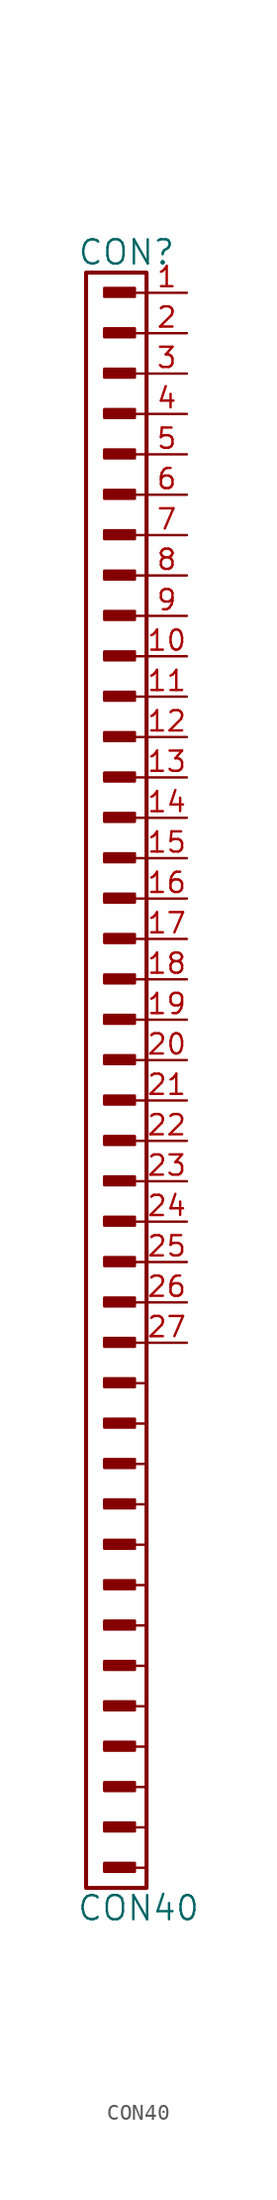
<source format=kicad_sym>
(kicad_symbol_lib
  (version 20220914)
  (generator kicad_symbol_editor)
  (symbol "CON40"
    (pin_names
      (offset 1.016))
    (property "Reference" "CON"
      (at -1.27 50.8 0)
      (effects (font (size 1.524 1.524))))
    (property "Value" "CON40"
      (at -0.508 -53.34 0)
      (effects (font (size 1.524 1.524))))
    (property "Footprint" ""
      (at -1.905 46.99 0)
      (effects (font (size 1.524 1.524))))
    (property "Datasheet" ""
      (at -1.905 46.99 0)
      (effects (font (size 1.524 1.524))))
    (symbol "CON40_0_0"
      (rectangle (start -2.642 -50.952) (end -0.864 -50.597) (stroke (width 0) (type solid)) (fill (type none)))
      (rectangle (start -2.642 -48.412) (end -0.864 -48.057) (stroke (width 0) (type solid)) (fill (type none)))
      (rectangle (start -2.642 -45.872) (end -0.864 -45.517) (stroke (width 0) (type solid)) (fill (type none)))
      (rectangle (start -2.642 -43.332) (end -0.864 -42.977) (stroke (width 0) (type solid)) (fill (type none)))
      (rectangle (start -2.642 -40.792) (end -0.864 -40.437) (stroke (width 0) (type solid)) (fill (type none)))
      (rectangle (start -2.642 -38.252) (end -0.864 -37.897) (stroke (width 0) (type solid)) (fill (type none)))
      (rectangle (start -2.642 -35.712) (end -0.864 -35.357) (stroke (width 0) (type solid)) (fill (type none)))
      (rectangle (start -2.642 -30.632) (end -0.864 -30.277) (stroke (width 0) (type solid)) (fill (type none)))
      (rectangle (start -2.642 -28.092) (end -0.864 -27.737) (stroke (width 0) (type solid)) (fill (type none)))
      (rectangle (start -2.642 -25.552) (end -0.864 -25.197) (stroke (width 0) (type solid)) (fill (type none)))
      (rectangle (start -2.642 -23.012) (end -0.864 -22.657) (stroke (width 0) (type solid)) (fill (type none)))
      (rectangle (start -2.642 -20.472) (end -0.864 -20.117) (stroke (width 0) (type solid)) (fill (type none)))
      (rectangle (start -2.642 -17.932) (end -0.864 -17.577) (stroke (width 0) (type solid)) (fill (type none)))
      (rectangle (start -2.642 -15.392) (end -0.864 -15.037) (stroke (width 0) (type solid)) (fill (type none)))
      (rectangle (start -2.642 -10.312) (end -0.864 -9.957) (stroke (width 0) (type solid)) (fill (type none)))
      (rectangle (start -2.642 -7.772) (end -0.864 -7.417) (stroke (width 0) (type solid)) (fill (type none)))
      (rectangle (start -2.642 -5.232) (end -0.864 -4.877) (stroke (width 0) (type solid)) (fill (type none)))
      (rectangle (start -2.642 -2.692) (end -0.864 -2.337) (stroke (width 0) (type solid)) (fill (type none)))
      (rectangle (start -2.642 -0.152) (end -0.864 0.203) (stroke (width 0) (type solid)) (fill (type none)))
      (rectangle (start -2.642 2.388) (end -0.864 2.743) (stroke (width 0) (type solid)) (fill (type none)))
      (rectangle (start -2.642 4.928) (end -0.864 5.283) (stroke (width 0) (type solid)) (fill (type none)))
      (rectangle (start -2.642 10.008) (end -0.864 10.363) (stroke (width 0) (type solid)) (fill (type none)))
      (rectangle (start -2.642 12.548) (end -0.864 12.903) (stroke (width 0) (type solid)) (fill (type none)))
      (rectangle (start -2.642 15.088) (end -0.864 15.443) (stroke (width 0) (type solid)) (fill (type none)))
      (rectangle (start -2.642 17.628) (end -0.864 17.983) (stroke (width 0) (type solid)) (fill (type none)))
      (rectangle (start -2.642 20.168) (end -0.864 20.523) (stroke (width 0) (type solid)) (fill (type none)))
      (rectangle (start -2.642 22.708) (end -0.864 23.063) (stroke (width 0) (type solid)) (fill (type none)))
      (rectangle (start -2.642 25.248) (end -0.864 25.603) (stroke (width 0) (type solid)) (fill (type none)))
      (rectangle (start -2.642 30.328) (end -0.864 30.683) (stroke (width 0) (type solid)) (fill (type none)))
      (rectangle (start -2.642 32.868) (end -0.864 33.223) (stroke (width 0) (type solid)) (fill (type none)))
      (rectangle (start -2.642 35.408) (end -0.864 35.763) (stroke (width 0) (type solid)) (fill (type none)))
      (rectangle (start -2.642 37.948) (end -0.864 38.303) (stroke (width 0) (type solid)) (fill (type none)))
      (rectangle (start -2.642 40.488) (end -0.864 40.843) (stroke (width 0) (type solid)) (fill (type none)))
      (rectangle (start -2.642 43.028) (end -0.864 43.383) (stroke (width 0) (type solid)) (fill (type none)))
      (rectangle (start -2.642 45.568) (end -0.864 45.923) (stroke (width 0) (type solid)) (fill (type none)))
      (rectangle (start -2.616 -50.851) (end -0.965 -50.749) (stroke (width 0) (type solid)) (fill (type none)))
      (rectangle (start -2.616 -48.311) (end -0.965 -48.209) (stroke (width 0) (type solid)) (fill (type none)))
      (rectangle (start -2.616 -45.771) (end -0.965 -45.669) (stroke (width 0) (type solid)) (fill (type none)))
      (rectangle (start -2.616 -43.231) (end -0.965 -43.129) (stroke (width 0) (type solid)) (fill (type none)))
      (rectangle (start -2.616 -40.691) (end -0.965 -40.589) (stroke (width 0) (type solid)) (fill (type none)))
      (rectangle (start -2.616 -38.151) (end -0.965 -38.049) (stroke (width 0) (type solid)) (fill (type none)))
      (rectangle (start -2.616 -35.611) (end -0.965 -35.509) (stroke (width 0) (type solid)) (fill (type none)))
      (rectangle (start -2.616 -33.172) (end -0.838 -32.817) (stroke (width 0) (type solid)) (fill (type none)))
      (rectangle (start -2.616 -30.531) (end -0.965 -30.429) (stroke (width 0) (type solid)) (fill (type none)))
      (rectangle (start -2.616 -27.991) (end -0.965 -27.889) (stroke (width 0) (type solid)) (fill (type none)))
      (rectangle (start -2.616 -25.451) (end -0.965 -25.349) (stroke (width 0) (type solid)) (fill (type none)))
      (rectangle (start -2.616 -22.911) (end -0.965 -22.809) (stroke (width 0) (type solid)) (fill (type none)))
      (rectangle (start -2.616 -20.371) (end -0.965 -20.269) (stroke (width 0) (type solid)) (fill (type none)))
      (rectangle (start -2.616 -17.831) (end -0.965 -17.729) (stroke (width 0) (type solid)) (fill (type none)))
      (rectangle (start -2.616 -15.291) (end -0.965 -15.189) (stroke (width 0) (type solid)) (fill (type none)))
      (rectangle (start -2.616 -12.852) (end -0.838 -12.497) (stroke (width 0) (type solid)) (fill (type none)))
      (rectangle (start -2.616 -10.211) (end -0.965 -10.109) (stroke (width 0) (type solid)) (fill (type none)))
      (rectangle (start -2.616 -7.671) (end -0.965 -7.569) (stroke (width 0) (type solid)) (fill (type none)))
      (rectangle (start -2.616 -5.131) (end -0.965 -5.029) (stroke (width 0) (type solid)) (fill (type none)))
      (rectangle (start -2.616 -2.591) (end -0.965 -2.489) (stroke (width 0) (type solid)) (fill (type none)))
      (rectangle (start -2.616 -0.051) (end -0.965 0.051) (stroke (width 0) (type solid)) (fill (type none)))
      (rectangle (start -2.616 2.489) (end -0.965 2.591) (stroke (width 0) (type solid)) (fill (type none)))
      (rectangle (start -2.616 5.029) (end -0.965 5.131) (stroke (width 0) (type solid)) (fill (type none)))
      (rectangle (start -2.616 7.468) (end -0.838 7.823) (stroke (width 0) (type solid)) (fill (type none)))
      (rectangle (start -2.616 10.109) (end -0.965 10.211) (stroke (width 0) (type solid)) (fill (type none)))
      (rectangle (start -2.616 12.649) (end -0.965 12.751) (stroke (width 0) (type solid)) (fill (type none)))
      (rectangle (start -2.616 15.189) (end -0.965 15.291) (stroke (width 0) (type solid)) (fill (type none)))
      (rectangle (start -2.616 17.729) (end -0.965 17.831) (stroke (width 0) (type solid)) (fill (type none)))
      (rectangle (start -2.616 20.269) (end -0.965 20.371) (stroke (width 0) (type solid)) (fill (type none)))
      (rectangle (start -2.616 22.809) (end -0.965 22.911) (stroke (width 0) (type solid)) (fill (type none)))
      (rectangle (start -2.616 25.349) (end -0.965 25.451) (stroke (width 0) (type solid)) (fill (type none)))
      (rectangle (start -2.616 27.788) (end -0.838 28.143) (stroke (width 0) (type solid)) (fill (type none)))
      (rectangle (start -2.616 30.429) (end -0.965 30.531) (stroke (width 0) (type solid)) (fill (type none)))
      (rectangle (start -2.616 32.969) (end -0.965 33.071) (stroke (width 0) (type solid)) (fill (type none)))
      (rectangle (start -2.616 35.509) (end -0.965 35.611) (stroke (width 0) (type solid)) (fill (type none)))
      (rectangle (start -2.616 38.049) (end -0.965 38.151) (stroke (width 0) (type solid)) (fill (type none)))
      (rectangle (start -2.616 40.589) (end -0.965 40.691) (stroke (width 0) (type solid)) (fill (type none)))
      (rectangle (start -2.616 43.129) (end -0.965 43.231) (stroke (width 0) (type solid)) (fill (type none)))
      (rectangle (start -2.616 45.669) (end -0.965 45.771) (stroke (width 0) (type solid)) (fill (type none)))
      (rectangle (start -2.616 48.108) (end -0.838 48.463) (stroke (width 0) (type solid)) (fill (type none)))
      (rectangle (start -2.591 -33.045) (end -0.94 -32.944) (stroke (width 0) (type solid)) (fill (type none)))
      (rectangle (start -2.591 -12.725) (end -0.94 -12.624) (stroke (width 0) (type solid)) (fill (type none)))
      (rectangle (start -2.591 7.595) (end -0.94 7.696) (stroke (width 0) (type solid)) (fill (type none)))
      (rectangle (start -2.591 27.915) (end -0.94 28.016) (stroke (width 0) (type solid)) (fill (type none)))
      (rectangle (start -2.591 48.235) (end -0.94 48.336) (stroke (width 0) (type solid)) (fill (type none)))
      (rectangle (start -0.965 -50.673) (end -2.642 -50.876) (stroke (width 0) (type solid)) (fill (type none)))
      (rectangle (start -0.965 -48.133) (end -2.642 -48.336) (stroke (width 0) (type solid)) (fill (type none)))
      (rectangle (start -0.965 -45.593) (end -2.642 -45.796) (stroke (width 0) (type solid)) (fill (type none)))
      (rectangle (start -0.965 -43.053) (end -2.642 -43.256) (stroke (width 0) (type solid)) (fill (type none)))
      (rectangle (start -0.965 -40.513) (end -2.642 -40.716) (stroke (width 0) (type solid)) (fill (type none)))
      (rectangle (start -0.965 -37.973) (end -2.642 -38.176) (stroke (width 0) (type solid)) (fill (type none)))
      (rectangle (start -0.965 -35.433) (end -2.642 -35.636) (stroke (width 0) (type solid)) (fill (type none)))
      (rectangle (start -0.965 -30.353) (end -2.642 -30.556) (stroke (width 0) (type solid)) (fill (type none)))
      (rectangle (start -0.965 -27.813) (end -2.642 -28.016) (stroke (width 0) (type solid)) (fill (type none)))
      (rectangle (start -0.965 -25.273) (end -2.642 -25.476) (stroke (width 0) (type solid)) (fill (type none)))
      (rectangle (start -0.965 -22.733) (end -2.642 -22.936) (stroke (width 0) (type solid)) (fill (type none)))
      (rectangle (start -0.965 -20.193) (end -2.642 -20.396) (stroke (width 0) (type solid)) (fill (type none)))
      (rectangle (start -0.965 -17.653) (end -2.642 -17.856) (stroke (width 0) (type solid)) (fill (type none)))
      (rectangle (start -0.965 -15.113) (end -2.642 -15.316) (stroke (width 0) (type solid)) (fill (type none)))
      (rectangle (start -0.965 -10.033) (end -2.642 -10.236) (stroke (width 0) (type solid)) (fill (type none)))
      (rectangle (start -0.965 -7.493) (end -2.642 -7.696) (stroke (width 0) (type solid)) (fill (type none)))
      (rectangle (start -0.965 -4.953) (end -2.642 -5.156) (stroke (width 0) (type solid)) (fill (type none)))
      (rectangle (start -0.965 -2.413) (end -2.642 -2.616) (stroke (width 0) (type solid)) (fill (type none)))
      (rectangle (start -0.965 0.127) (end -2.642 -0.076) (stroke (width 0) (type solid)) (fill (type none)))
      (rectangle (start -0.965 2.667) (end -2.642 2.464) (stroke (width 0) (type solid)) (fill (type none)))
      (rectangle (start -0.965 5.207) (end -2.642 5.004) (stroke (width 0) (type solid)) (fill (type none)))
      (rectangle (start -0.965 10.287) (end -2.642 10.084) (stroke (width 0) (type solid)) (fill (type none)))
      (rectangle (start -0.965 12.827) (end -2.642 12.624) (stroke (width 0) (type solid)) (fill (type none)))
      (rectangle (start -0.965 15.367) (end -2.642 15.164) (stroke (width 0) (type solid)) (fill (type none)))
      (rectangle (start -0.965 17.907) (end -2.642 17.704) (stroke (width 0) (type solid)) (fill (type none)))
      (rectangle (start -0.965 20.447) (end -2.642 20.244) (stroke (width 0) (type solid)) (fill (type none)))
      (rectangle (start -0.965 22.987) (end -2.642 22.784) (stroke (width 0) (type solid)) (fill (type none)))
      (rectangle (start -0.965 25.527) (end -2.642 25.324) (stroke (width 0) (type solid)) (fill (type none)))
      (rectangle (start -0.965 30.607) (end -2.642 30.404) (stroke (width 0) (type solid)) (fill (type none)))
      (rectangle (start -0.965 33.147) (end -2.642 32.944) (stroke (width 0) (type solid)) (fill (type none)))
      (rectangle (start -0.965 35.687) (end -2.642 35.484) (stroke (width 0) (type solid)) (fill (type none)))
      (rectangle (start -0.965 38.227) (end -2.642 38.024) (stroke (width 0) (type solid)) (fill (type none)))
      (rectangle (start -0.965 40.767) (end -2.642 40.564) (stroke (width 0) (type solid)) (fill (type none)))
      (rectangle (start -0.965 43.307) (end -2.642 43.104) (stroke (width 0) (type solid)) (fill (type none)))
      (rectangle (start -0.965 45.847) (end -2.642 45.644) (stroke (width 0) (type solid)) (fill (type none)))
      (rectangle (start -0.864 -32.918) (end -2.54 -33.122) (stroke (width 0) (type solid)) (fill (type none)))
      (rectangle (start -0.864 -12.598) (end -2.54 -12.802) (stroke (width 0) (type solid)) (fill (type none)))
      (rectangle (start -0.864 7.722) (end -2.54 7.518) (stroke (width 0) (type solid)) (fill (type none)))
      (rectangle (start -0.864 28.042) (end -2.54 27.838) (stroke (width 0) (type solid)) (fill (type none)))
      (rectangle (start -0.864 48.362) (end -2.54 48.158) (stroke (width 0) (type solid)) (fill (type none)))
      (rectangle (start -0.737 -50.495) (end -2.667 -51.054) (stroke (width 0) (type solid)) (fill (type none)))
      (rectangle (start -0.737 -47.955) (end -2.667 -48.514) (stroke (width 0) (type solid)) (fill (type none)))
      (rectangle (start -0.737 -45.415) (end -2.667 -45.974) (stroke (width 0) (type solid)) (fill (type none)))
      (rectangle (start -0.737 -42.875) (end -2.667 -43.434) (stroke (width 0) (type solid)) (fill (type none)))
      (rectangle (start -0.737 -40.335) (end -2.667 -40.894) (stroke (width 0) (type solid)) (fill (type none)))
      (rectangle (start -0.737 -37.795) (end -2.667 -38.354) (stroke (width 0) (type solid)) (fill (type none)))
      (rectangle (start -0.737 -35.255) (end -2.667 -35.814) (stroke (width 0) (type solid)) (fill (type none)))
      (rectangle (start -0.737 -32.715) (end -2.667 -33.274) (stroke (width 0) (type solid)) (fill (type none)))
      (rectangle (start -0.737 -30.175) (end -2.667 -30.734) (stroke (width 0) (type solid)) (fill (type none)))
      (rectangle (start -0.737 -27.635) (end -2.667 -28.194) (stroke (width 0) (type solid)) (fill (type none)))
      (rectangle (start -0.737 -25.095) (end -2.667 -25.654) (stroke (width 0) (type solid)) (fill (type none)))
      (rectangle (start -0.737 -22.555) (end -2.667 -23.114) (stroke (width 0) (type solid)) (fill (type none)))
      (rectangle (start -0.737 -20.015) (end -2.667 -20.574) (stroke (width 0) (type solid)) (fill (type none)))
      (rectangle (start -0.737 -17.475) (end -2.667 -18.034) (stroke (width 0) (type solid)) (fill (type none)))
      (rectangle (start -0.737 -14.935) (end -2.667 -15.494) (stroke (width 0) (type solid)) (fill (type none)))
      (rectangle (start -0.737 -12.395) (end -2.667 -12.954) (stroke (width 0) (type solid)) (fill (type none)))
      (rectangle (start -0.737 -9.855) (end -2.667 -10.414) (stroke (width 0) (type solid)) (fill (type none)))
      (rectangle (start -0.737 -7.315) (end -2.667 -7.874) (stroke (width 0) (type solid)) (fill (type none)))
      (rectangle (start -0.737 -4.775) (end -2.667 -5.334) (stroke (width 0) (type solid)) (fill (type none)))
      (rectangle (start -0.737 -2.235) (end -2.667 -2.794) (stroke (width 0) (type solid)) (fill (type none)))
      (rectangle (start -0.737 0.305) (end -2.667 -0.254) (stroke (width 0) (type solid)) (fill (type none)))
      (rectangle (start -0.737 2.845) (end -2.667 2.286) (stroke (width 0) (type solid)) (fill (type none)))
      (rectangle (start -0.737 5.385) (end -2.667 4.826) (stroke (width 0) (type solid)) (fill (type none)))
      (rectangle (start -0.737 7.925) (end -2.667 7.366) (stroke (width 0) (type solid)) (fill (type none)))
      (rectangle (start -0.737 10.465) (end -2.667 9.906) (stroke (width 0) (type solid)) (fill (type none)))
      (rectangle (start -0.737 13.005) (end -2.667 12.446) (stroke (width 0) (type solid)) (fill (type none)))
      (rectangle (start -0.737 15.545) (end -2.667 14.986) (stroke (width 0) (type solid)) (fill (type none)))
      (rectangle (start -0.737 18.085) (end -2.667 17.526) (stroke (width 0) (type solid)) (fill (type none)))
      (rectangle (start -0.737 20.625) (end -2.667 20.066) (stroke (width 0) (type solid)) (fill (type none)))
      (rectangle (start -0.737 23.165) (end -2.667 22.606) (stroke (width 0) (type solid)) (fill (type none)))
      (rectangle (start -0.737 25.705) (end -2.667 25.146) (stroke (width 0) (type solid)) (fill (type none)))
      (rectangle (start -0.737 28.245) (end -2.667 27.686) (stroke (width 0) (type solid)) (fill (type none)))
      (rectangle (start -0.737 30.785) (end -2.667 30.226) (stroke (width 0) (type solid)) (fill (type none)))
      (rectangle (start -0.737 33.325) (end -2.667 32.766) (stroke (width 0) (type solid)) (fill (type none)))
      (rectangle (start -0.737 35.865) (end -2.667 35.306) (stroke (width 0) (type solid)) (fill (type none)))
      (rectangle (start -0.737 38.405) (end -2.667 37.846) (stroke (width 0) (type solid)) (fill (type none)))
      (rectangle (start -0.737 40.945) (end -2.667 40.386) (stroke (width 0) (type solid)) (fill (type none)))
      (rectangle (start -0.737 43.485) (end -2.667 42.926) (stroke (width 0) (type solid)) (fill (type none)))
      (rectangle (start -0.737 46.025) (end -2.667 45.466) (stroke (width 0) (type solid)) (fill (type none)))
      (rectangle (start -0.737 48.565) (end -2.667 48.006) (stroke (width 0) (type solid)) (fill (type none)))
      (polyline (pts (xy 0 -50.8) (xy -0.762 -50.8)) (stroke (width 0) (type solid)) (fill (type none)))
      (polyline (pts (xy 0 -48.26) (xy -0.762 -48.26)) (stroke (width 0) (type solid)) (fill (type none)))
      (polyline (pts (xy 0 -45.72) (xy -0.762 -45.72)) (stroke (width 0) (type solid)) (fill (type none)))
      (polyline (pts (xy 0 -43.18) (xy -0.762 -43.18)) (stroke (width 0) (type solid)) (fill (type none)))
      (polyline (pts (xy 0 -40.64) (xy -0.762 -40.64)) (stroke (width 0) (type solid)) (fill (type none)))
      (polyline (pts (xy 0 -38.1) (xy -0.762 -38.1)) (stroke (width 0) (type solid)) (fill (type none)))
      (polyline (pts (xy 0 -35.56) (xy -0.762 -35.56)) (stroke (width 0) (type solid)) (fill (type none)))
      (polyline (pts (xy 0 -33.02) (xy -0.762 -33.02)) (stroke (width 0) (type solid)) (fill (type none)))
      (polyline (pts (xy 0 -30.48) (xy -0.762 -30.48)) (stroke (width 0) (type solid)) (fill (type none)))
      (polyline (pts (xy 0 -27.94) (xy -0.762 -27.94)) (stroke (width 0) (type solid)) (fill (type none)))
      (polyline (pts (xy 0 -25.4) (xy -0.762 -25.4)) (stroke (width 0) (type solid)) (fill (type none)))
      (polyline (pts (xy 0 -22.86) (xy -0.762 -22.86)) (stroke (width 0) (type solid)) (fill (type none)))
      (polyline (pts (xy 0 -20.32) (xy -0.762 -20.32)) (stroke (width 0) (type solid)) (fill (type none)))
      (polyline (pts (xy 0 -17.78) (xy -0.762 -17.78)) (stroke (width 0) (type solid)) (fill (type none)))
      (polyline (pts (xy 0 -15.24) (xy -0.762 -15.24)) (stroke (width 0) (type solid)) (fill (type none)))
      (polyline (pts (xy 0 -12.7) (xy -0.762 -12.7)) (stroke (width 0) (type solid)) (fill (type none)))
      (polyline (pts (xy 0 -10.16) (xy -0.762 -10.16)) (stroke (width 0) (type solid)) (fill (type none)))
      (polyline (pts (xy 0 -7.62) (xy -0.762 -7.62)) (stroke (width 0) (type solid)) (fill (type none)))
      (polyline (pts (xy 0 -5.08) (xy -0.762 -5.08)) (stroke (width 0) (type solid)) (fill (type none)))
      (polyline (pts (xy 0 -2.54) (xy -0.762 -2.54)) (stroke (width 0) (type solid)) (fill (type none)))
      (polyline (pts (xy 0 0) (xy -0.762 0)) (stroke (width 0) (type solid)) (fill (type none)))
      (polyline (pts (xy 0 2.54) (xy -0.762 2.54)) (stroke (width 0) (type solid)) (fill (type none)))
      (polyline (pts (xy 0 5.08) (xy -0.762 5.08)) (stroke (width 0) (type solid)) (fill (type none)))
      (polyline (pts (xy 0 7.62) (xy -0.762 7.62)) (stroke (width 0) (type solid)) (fill (type none)))
      (polyline (pts (xy 0 10.16) (xy -0.762 10.16)) (stroke (width 0) (type solid)) (fill (type none)))
      (polyline (pts (xy 0 12.7) (xy -0.762 12.7)) (stroke (width 0) (type solid)) (fill (type none)))
      (polyline (pts (xy 0 15.24) (xy -0.762 15.24)) (stroke (width 0) (type solid)) (fill (type none)))
      (polyline (pts (xy 0 17.78) (xy -0.762 17.78)) (stroke (width 0) (type solid)) (fill (type none)))
      (polyline (pts (xy 0 20.32) (xy -0.762 20.32)) (stroke (width 0) (type solid)) (fill (type none)))
      (polyline (pts (xy 0 22.86) (xy -0.762 22.86)) (stroke (width 0) (type solid)) (fill (type none)))
      (polyline (pts (xy 0 25.4) (xy -0.762 25.4)) (stroke (width 0) (type solid)) (fill (type none)))
      (polyline (pts (xy 0 27.94) (xy -0.762 27.94)) (stroke (width 0) (type solid)) (fill (type none)))
      (polyline (pts (xy 0 30.48) (xy -0.762 30.48)) (stroke (width 0) (type solid)) (fill (type none)))
      (polyline (pts (xy 0 33.02) (xy -0.762 33.02)) (stroke (width 0) (type solid)) (fill (type none)))
      (polyline (pts (xy 0 35.56) (xy -0.762 35.56)) (stroke (width 0) (type solid)) (fill (type none)))
      (polyline (pts (xy 0 38.1) (xy -0.762 38.1)) (stroke (width 0) (type solid)) (fill (type none)))
      (polyline (pts (xy 0 40.64) (xy -0.762 40.64)) (stroke (width 0) (type solid)) (fill (type none)))
      (polyline (pts (xy 0 43.18) (xy -0.762 43.18)) (stroke (width 0) (type solid)) (fill (type none)))
      (polyline (pts (xy 0 45.72) (xy -0.762 45.72)) (stroke (width 0) (type solid)) (fill (type none)))
      (polyline (pts (xy 0 48.26) (xy -0.762 48.26)) (stroke (width 0) (type solid)) (fill (type none))))
    (symbol "CON40_0_1"
      (rectangle (start -3.81 49.53) (end 0 -52.07) (stroke (width 0.254) (type solid)) (fill (type none))))
    (symbol "CON40_1_1"
      (pin passive line (at 2.54 48.26 180) (length 2.54) (name "~" (effects (font (size 1.27 1.27)))) (number "1" (effects (font (size 1.27 1.27)))))
      (pin passive line (at 2.54 25.4 180) (length 2.54) (name "~" (effects (font (size 1.27 1.27)))) (number "10" (effects (font (size 1.27 1.27)))))
      (pin passive line (at 2.54 22.86 180) (length 2.54) (name "~" (effects (font (size 1.27 1.27)))) (number "11" (effects (font (size 1.27 1.27)))))
      (pin passive line (at 2.54 20.32 180) (length 2.54) (name "~" (effects (font (size 1.27 1.27)))) (number "12" (effects (font (size 1.27 1.27)))))
      (pin passive line (at 2.54 17.78 180) (length 2.54) (name "~" (effects (font (size 1.27 1.27)))) (number "13" (effects (font (size 1.27 1.27)))))
      (pin passive line (at 2.54 15.24 180) (length 2.54) (name "~" (effects (font (size 1.27 1.27)))) (number "14" (effects (font (size 1.27 1.27)))))
      (pin passive line (at 2.54 12.7 180) (length 2.54) (name "~" (effects (font (size 1.27 1.27)))) (number "15" (effects (font (size 1.27 1.27)))))
      (pin passive line (at 2.54 10.16 180) (length 2.54) (name "~" (effects (font (size 1.27 1.27)))) (number "16" (effects (font (size 1.27 1.27)))))
      (pin passive line (at 2.54 7.62 180) (length 2.54) (name "~" (effects (font (size 1.27 1.27)))) (number "17" (effects (font (size 1.27 1.27)))))
      (pin passive line (at 2.54 5.08 180) (length 2.54) (name "~" (effects (font (size 1.27 1.27)))) (number "18" (effects (font (size 1.27 1.27)))))
      (pin passive line (at 2.54 2.54 180) (length 2.54) (name "~" (effects (font (size 1.27 1.27)))) (number "19" (effects (font (size 1.27 1.27)))))
      (pin passive line (at 2.54 45.72 180) (length 2.54) (name "~" (effects (font (size 1.27 1.27)))) (number "2" (effects (font (size 1.27 1.27)))))
      (pin passive line (at 2.54 0 180) (length 2.54) (name "~" (effects (font (size 1.27 1.27)))) (number "20" (effects (font (size 1.27 1.27)))))
      (pin passive line (at 2.54 -2.54 180) (length 2.54) (name "~" (effects (font (size 1.27 1.27)))) (number "21" (effects (font (size 1.27 1.27)))))
      (pin passive line (at 2.54 -5.08 180) (length 2.54) (name "~" (effects (font (size 1.27 1.27)))) (number "22" (effects (font (size 1.27 1.27)))))
      (pin passive line (at 2.54 -7.62 180) (length 2.54) (name "~" (effects (font (size 1.27 1.27)))) (number "23" (effects (font (size 1.27 1.27)))))
      (pin passive line (at 2.54 -10.16 180) (length 2.54) (name "~" (effects (font (size 1.27 1.27)))) (number "24" (effects (font (size 1.27 1.27)))))
      (pin passive line (at 2.54 -12.7 180) (length 2.54) (name "~" (effects (font (size 1.27 1.27)))) (number "25" (effects (font (size 1.27 1.27)))))
      (pin passive line (at 2.54 -15.24 180) (length 2.54) (name "~" (effects (font (size 1.27 1.27)))) (number "26" (effects (font (size 1.27 1.27)))))
      (pin passive line (at 2.54 -17.78 180) (length 2.54) (name "~" (effects (font (size 1.27 1.27)))) (number "27" (effects (font (size 1.27 1.27)))))
      (pin passive line (at 2.54 43.18 180) (length 2.54) (name "~" (effects (font (size 1.27 1.27)))) (number "3" (effects (font (size 1.27 1.27)))))
      (pin passive line (at 2.54 40.64 180) (length 2.54) (name "~" (effects (font (size 1.27 1.27)))) (number "4" (effects (font (size 1.27 1.27)))))
      (pin passive line (at 2.54 38.1 180) (length 2.54) (name "~" (effects (font (size 1.27 1.27)))) (number "5" (effects (font (size 1.27 1.27)))))
      (pin passive line (at 2.54 35.56 180) (length 2.54) (name "~" (effects (font (size 1.27 1.27)))) (number "6" (effects (font (size 1.27 1.27)))))
      (pin passive line (at 2.54 33.02 180) (length 2.54) (name "~" (effects (font (size 1.27 1.27)))) (number "7" (effects (font (size 1.27 1.27)))))
      (pin passive line (at 2.54 30.48 180) (length 2.54) (name "~" (effects (font (size 1.27 1.27)))) (number "8" (effects (font (size 1.27 1.27)))))
      (pin passive line (at 2.54 27.94 180) (length 2.54) (name "~" (effects (font (size 1.27 1.27)))) (number "9" (effects (font (size 1.27 1.27))))))))
</source>
